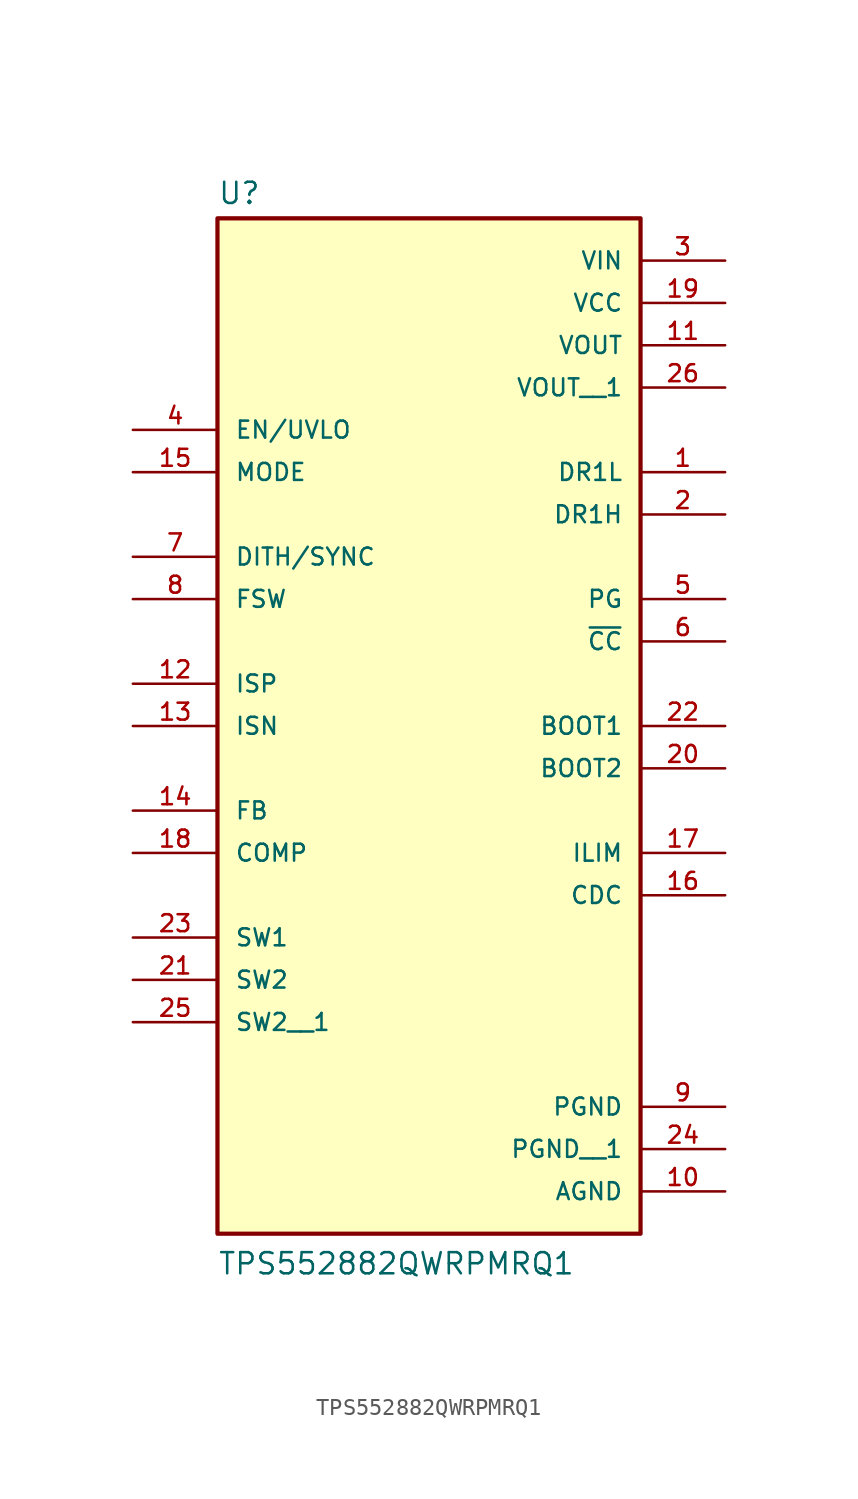
<source format=kicad_sym>
(kicad_symbol_lib
  (version 20211014)
  (generator kicad_symbol_editor)
  (symbol "TPS552882QWRPMRQ1"
    (pin_names
      (offset 1.016))
    (property "Reference" "U"
      (at -12.7 28.702 0)
      (effects (font (size 1.27 1.27)) (justify bottom left)))
    (property "Value" "TPS552882QWRPMRQ1"
      (at -12.7 -35.56 0)
      (effects (font (size 1.27 1.27)) (justify bottom left)))
    (symbol "TPS552882QWRPMRQ1_0_0"
      (rectangle (start -12.7 -33.02) (end 12.7 27.94) (stroke (width 0.254)) (fill (type background)))
      (pin output line (at 17.78 12.7 180.0) (length 5.08) (name "DR1L" (effects (font (size 1.016 1.016)))) (number "1" (effects (font (size 1.016 1.016)))))
      (pin output line (at 17.78 10.16 180.0) (length 5.08) (name "DR1H" (effects (font (size 1.016 1.016)))) (number "2" (effects (font (size 1.016 1.016)))))
      (pin power_in line (at 17.78 25.4 180.0) (length 5.08) (name "VIN" (effects (font (size 1.016 1.016)))) (number "3" (effects (font (size 1.016 1.016)))))
      (pin input line (at -17.78 15.24 0) (length 5.08) (name "EN/UVLO" (effects (font (size 1.016 1.016)))) (number "4" (effects (font (size 1.016 1.016)))))
      (pin output line (at 17.78 5.08 180.0) (length 5.08) (name "PG" (effects (font (size 1.016 1.016)))) (number "5" (effects (font (size 1.016 1.016)))))
      (pin output line (at 17.78 2.54 180.0) (length 5.08) (name "~{CC}" (effects (font (size 1.016 1.016)))) (number "6" (effects (font (size 1.016 1.016)))))
      (pin input line (at -17.78 7.62 0) (length 5.08) (name "DITH/SYNC" (effects (font (size 1.016 1.016)))) (number "7" (effects (font (size 1.016 1.016)))))
      (pin input line (at -17.78 5.08 0) (length 5.08) (name "FSW" (effects (font (size 1.016 1.016)))) (number "8" (effects (font (size 1.016 1.016)))))
      (pin power_in line (at 17.78 -25.4 180.0) (length 5.08) (name "PGND" (effects (font (size 1.016 1.016)))) (number "9" (effects (font (size 1.016 1.016)))))
      (pin power_in line (at 17.78 20.32 180.0) (length 5.08) (name "VOUT" (effects (font (size 1.016 1.016)))) (number "11" (effects (font (size 1.016 1.016)))))
      (pin power_in line (at 17.78 -30.48 180.0) (length 5.08) (name "AGND" (effects (font (size 1.016 1.016)))) (number "10" (effects (font (size 1.016 1.016)))))
      (pin input line (at -17.78 0.0 0) (length 5.08) (name "ISP" (effects (font (size 1.016 1.016)))) (number "12" (effects (font (size 1.016 1.016)))))
      (pin input line (at -17.78 -2.54 0) (length 5.08) (name "ISN" (effects (font (size 1.016 1.016)))) (number "13" (effects (font (size 1.016 1.016)))))
      (pin input line (at -17.78 -7.62 0) (length 5.08) (name "FB" (effects (font (size 1.016 1.016)))) (number "14" (effects (font (size 1.016 1.016)))))
      (pin output line (at 17.78 -12.7 180.0) (length 5.08) (name "CDC" (effects (font (size 1.016 1.016)))) (number "16" (effects (font (size 1.016 1.016)))))
      (pin input line (at -17.78 12.7 0) (length 5.08) (name "MODE" (effects (font (size 1.016 1.016)))) (number "15" (effects (font (size 1.016 1.016)))))
      (pin output line (at 17.78 -10.16 180.0) (length 5.08) (name "ILIM" (effects (font (size 1.016 1.016)))) (number "17" (effects (font (size 1.016 1.016)))))
      (pin input line (at -17.78 -10.16 0) (length 5.08) (name "COMP" (effects (font (size 1.016 1.016)))) (number "18" (effects (font (size 1.016 1.016)))))
      (pin power_in line (at 17.78 22.86 180.0) (length 5.08) (name "VCC" (effects (font (size 1.016 1.016)))) (number "19" (effects (font (size 1.016 1.016)))))
      (pin output line (at 17.78 -5.08 180.0) (length 5.08) (name "BOOT2" (effects (font (size 1.016 1.016)))) (number "20" (effects (font (size 1.016 1.016)))))
      (pin input line (at -17.78 -17.78 0) (length 5.08) (name "SW2" (effects (font (size 1.016 1.016)))) (number "21" (effects (font (size 1.016 1.016)))))
      (pin input line (at 17.78 -2.54 180.0) (length 5.08) (name "BOOT1" (effects (font (size 1.016 1.016)))) (number "22" (effects (font (size 1.016 1.016)))))
      (pin input line (at -17.78 -15.24 0) (length 5.08) (name "SW1" (effects (font (size 1.016 1.016)))) (number "23" (effects (font (size 1.016 1.016)))))
      (pin input line (at -17.78 -20.32 0) (length 5.08) (name "SW2__1" (effects (font (size 1.016 1.016)))) (number "25" (effects (font (size 1.016 1.016)))))
      (pin power_in line (at 17.78 17.78 180.0) (length 5.08) (name "VOUT__1" (effects (font (size 1.016 1.016)))) (number "26" (effects (font (size 1.016 1.016)))))
      (pin power_in line (at 17.78 -27.94 180.0) (length 5.08) (name "PGND__1" (effects (font (size 1.016 1.016)))) (number "24" (effects (font (size 1.016 1.016))))))))
</source>
